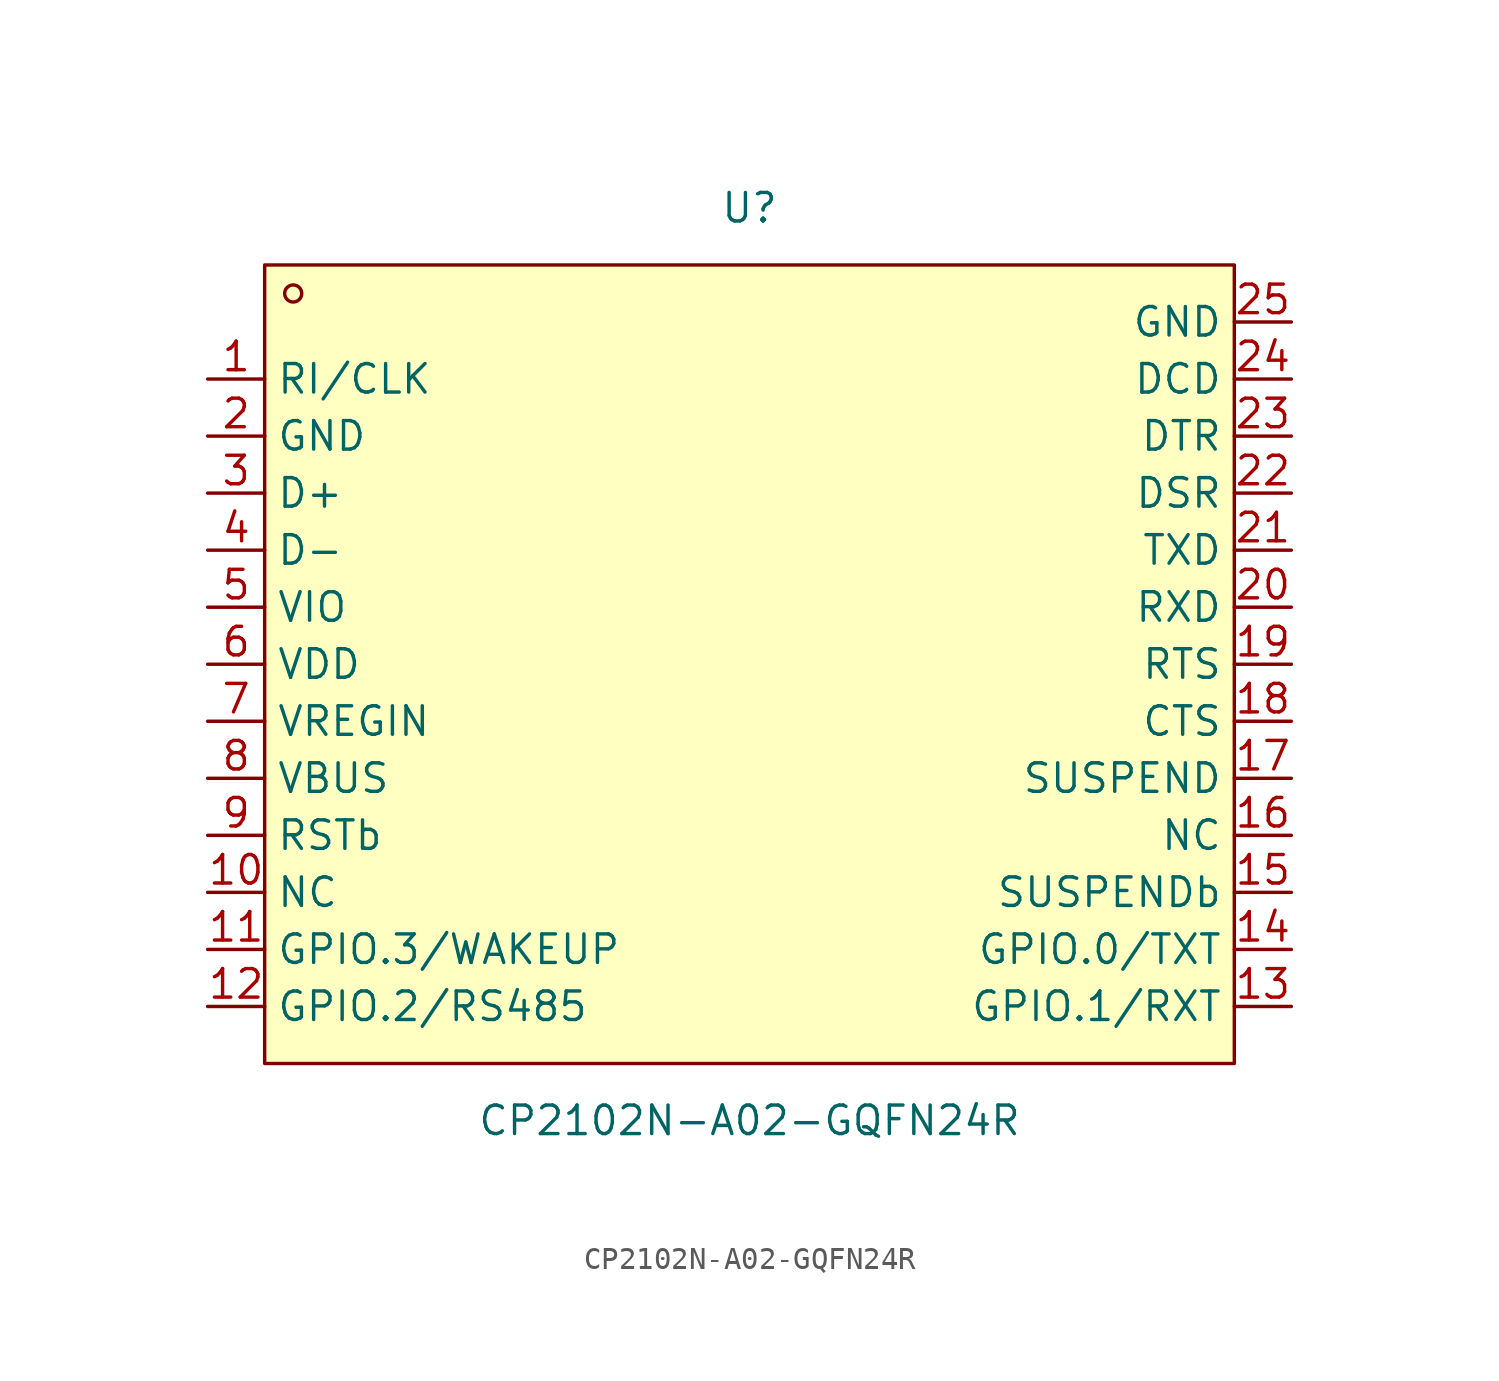
<source format=kicad_sym>
(kicad_symbol_lib
  (version 20211014)
  (generator https://github.com/uPesy/easyeda2kicad.py)
  (symbol "CP2102N-A02-GQFN24R"
    (property "Reference" "U"
      (at 0 20.32 0)
      (effects (font (size 1.27 1.27))))
    (property "Value" "CP2102N-A02-GQFN24R"
      (at 0 -20.32 0)
      (effects (font (size 1.27 1.27))))
    (symbol "CP2102N-A02-GQFN24R_0_1"
      (rectangle (start -21.59 17.78) (end 21.59 -17.78) (stroke (width 0) (type default) (color 0 0 0 0)) (fill (type background)))
      (circle (center -20.32 16.51) (radius 0.38) (stroke (width 0) (type default) (color 0 0 0 0)) (fill (type none)))
      (pin unspecified line (at -24.13 12.70 0) (length 2.54) (name "RI/CLK" (effects (font (size 1.27 1.27)))) (number "1" (effects (font (size 1.27 1.27)))))
      (pin unspecified line (at -24.13 10.16 0) (length 2.54) (name "GND" (effects (font (size 1.27 1.27)))) (number "2" (effects (font (size 1.27 1.27)))))
      (pin unspecified line (at -24.13 7.62 0) (length 2.54) (name "D+" (effects (font (size 1.27 1.27)))) (number "3" (effects (font (size 1.27 1.27)))))
      (pin unspecified line (at -24.13 5.08 0) (length 2.54) (name "D-" (effects (font (size 1.27 1.27)))) (number "4" (effects (font (size 1.27 1.27)))))
      (pin unspecified line (at -24.13 2.54 0) (length 2.54) (name "VIO" (effects (font (size 1.27 1.27)))) (number "5" (effects (font (size 1.27 1.27)))))
      (pin unspecified line (at -24.13 -0.00 0) (length 2.54) (name "VDD" (effects (font (size 1.27 1.27)))) (number "6" (effects (font (size 1.27 1.27)))))
      (pin unspecified line (at -24.13 -2.54 0) (length 2.54) (name "VREGIN" (effects (font (size 1.27 1.27)))) (number "7" (effects (font (size 1.27 1.27)))))
      (pin unspecified line (at -24.13 -5.08 0) (length 2.54) (name "VBUS" (effects (font (size 1.27 1.27)))) (number "8" (effects (font (size 1.27 1.27)))))
      (pin unspecified line (at -24.13 -7.62 0) (length 2.54) (name "RSTb" (effects (font (size 1.27 1.27)))) (number "9" (effects (font (size 1.27 1.27)))))
      (pin unspecified line (at -24.13 -10.16 0) (length 2.54) (name "NC" (effects (font (size 1.27 1.27)))) (number "10" (effects (font (size 1.27 1.27)))))
      (pin unspecified line (at -24.13 -12.70 0) (length 2.54) (name "GPIO.3/WAKEUP" (effects (font (size 1.27 1.27)))) (number "11" (effects (font (size 1.27 1.27)))))
      (pin unspecified line (at -24.13 -15.24 0) (length 2.54) (name "GPIO.2/RS485" (effects (font (size 1.27 1.27)))) (number "12" (effects (font (size 1.27 1.27)))))
      (pin unspecified line (at 24.13 -15.24 180) (length 2.54) (name "GPIO.1/RXT" (effects (font (size 1.27 1.27)))) (number "13" (effects (font (size 1.27 1.27)))))
      (pin unspecified line (at 24.13 -12.70 180) (length 2.54) (name "GPIO.0/TXT" (effects (font (size 1.27 1.27)))) (number "14" (effects (font (size 1.27 1.27)))))
      (pin unspecified line (at 24.13 -10.16 180) (length 2.54) (name "SUSPENDb" (effects (font (size 1.27 1.27)))) (number "15" (effects (font (size 1.27 1.27)))))
      (pin unspecified line (at 24.13 -7.62 180) (length 2.54) (name "NC" (effects (font (size 1.27 1.27)))) (number "16" (effects (font (size 1.27 1.27)))))
      (pin unspecified line (at 24.13 -5.08 180) (length 2.54) (name "SUSPEND" (effects (font (size 1.27 1.27)))) (number "17" (effects (font (size 1.27 1.27)))))
      (pin unspecified line (at 24.13 -2.54 180) (length 2.54) (name "CTS" (effects (font (size 1.27 1.27)))) (number "18" (effects (font (size 1.27 1.27)))))
      (pin unspecified line (at 24.13 -0.00 180) (length 2.54) (name "RTS" (effects (font (size 1.27 1.27)))) (number "19" (effects (font (size 1.27 1.27)))))
      (pin unspecified line (at 24.13 2.54 180) (length 2.54) (name "RXD" (effects (font (size 1.27 1.27)))) (number "20" (effects (font (size 1.27 1.27)))))
      (pin unspecified line (at 24.13 5.08 180) (length 2.54) (name "TXD" (effects (font (size 1.27 1.27)))) (number "21" (effects (font (size 1.27 1.27)))))
      (pin unspecified line (at 24.13 7.62 180) (length 2.54) (name "DSR" (effects (font (size 1.27 1.27)))) (number "22" (effects (font (size 1.27 1.27)))))
      (pin unspecified line (at 24.13 10.16 180) (length 2.54) (name "DTR" (effects (font (size 1.27 1.27)))) (number "23" (effects (font (size 1.27 1.27)))))
      (pin unspecified line (at 24.13 12.70 180) (length 2.54) (name "DCD" (effects (font (size 1.27 1.27)))) (number "24" (effects (font (size 1.27 1.27)))))
      (pin unspecified line (at 24.13 15.24 180) (length 2.54) (name "GND" (effects (font (size 1.27 1.27)))) (number "25" (effects (font (size 1.27 1.27))))))))
</source>
